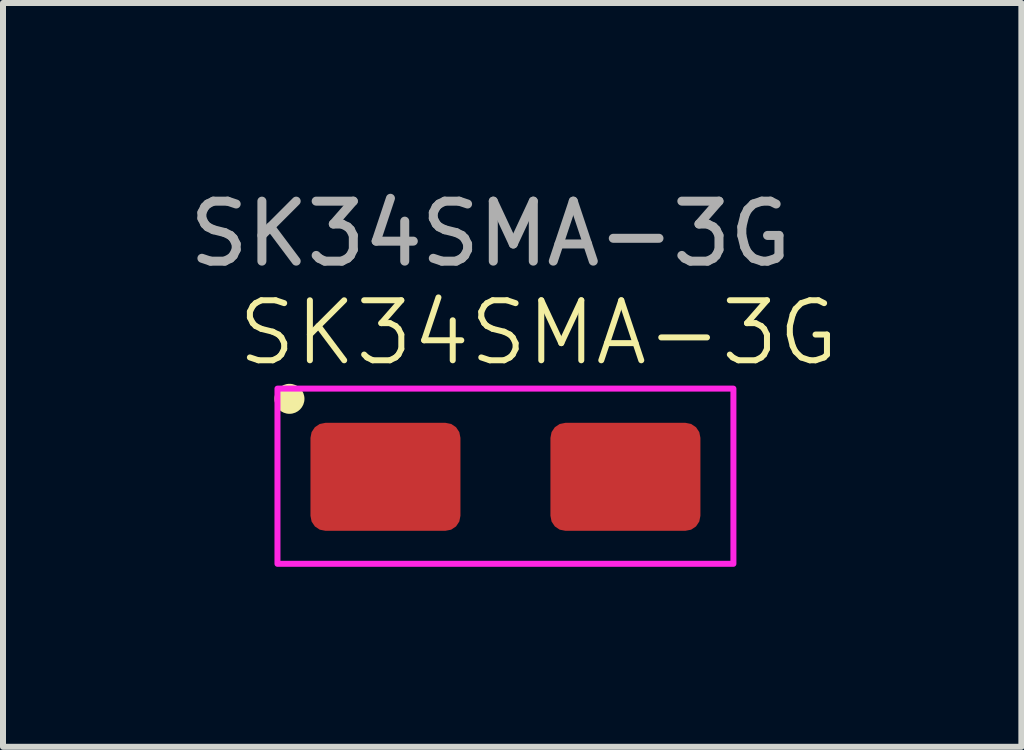
<source format=kicad_pcb>
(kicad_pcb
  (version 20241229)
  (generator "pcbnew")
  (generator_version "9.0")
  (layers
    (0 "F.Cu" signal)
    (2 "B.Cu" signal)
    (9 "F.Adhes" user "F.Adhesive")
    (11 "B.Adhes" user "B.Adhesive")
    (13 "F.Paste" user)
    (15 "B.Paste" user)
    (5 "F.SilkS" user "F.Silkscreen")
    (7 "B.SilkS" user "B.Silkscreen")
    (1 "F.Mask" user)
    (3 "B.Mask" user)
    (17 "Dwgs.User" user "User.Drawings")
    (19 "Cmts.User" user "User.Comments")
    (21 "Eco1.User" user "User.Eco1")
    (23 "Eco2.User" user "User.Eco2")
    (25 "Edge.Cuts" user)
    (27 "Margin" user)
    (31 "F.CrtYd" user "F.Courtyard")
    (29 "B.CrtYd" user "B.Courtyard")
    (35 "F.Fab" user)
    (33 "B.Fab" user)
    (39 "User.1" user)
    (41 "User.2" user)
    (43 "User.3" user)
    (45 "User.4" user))
  (footprint "SK34SMA-3G"
    (layer "F.Cu")
    (at 5.375 4.898)
    (property "Reference" "SK34SMA-3G" (at 0.55 -2.4 0) (unlocked yes) (layer "F.SilkS") (effects (font (size 1 1) (thickness 0.1))))
    (attr smd)
    (fp_circle (center -3.6 -1.3) (end -3.4 -1.3) (stroke (width 0.1) (type solid)) (fill yes) (layer "F.SilkS"))
    (fp_rect (start -3.8 -1.47) (end 3.8 1.45) (stroke (width 0.1) (type default)) (fill no) (layer "F.CrtYd"))
    (fp_text user "${REFERENCE}" (at -0.25 -4.05 0) (unlocked yes) (layer "F.Fab") (effects (font (size 1 1) (thickness 0.15))))
    (pad "1" smd roundrect (at -2 0) (size 2.5 1.8) (layers "F.Cu" "F.Mask" "F.Paste") (roundrect_rratio 0.139))
    (pad "2" smd roundrect (at 2 0) (size 2.5 1.8) (layers "F.Cu" "F.Mask" "F.Paste") (roundrect_rratio 0.139)))
  (gr_rect
    (start -3 -3)
    (end 13.975 9.398)
    (stroke (width 0.1) (type default))
    (fill no)
    (layer "Edge.Cuts")))
</source>
